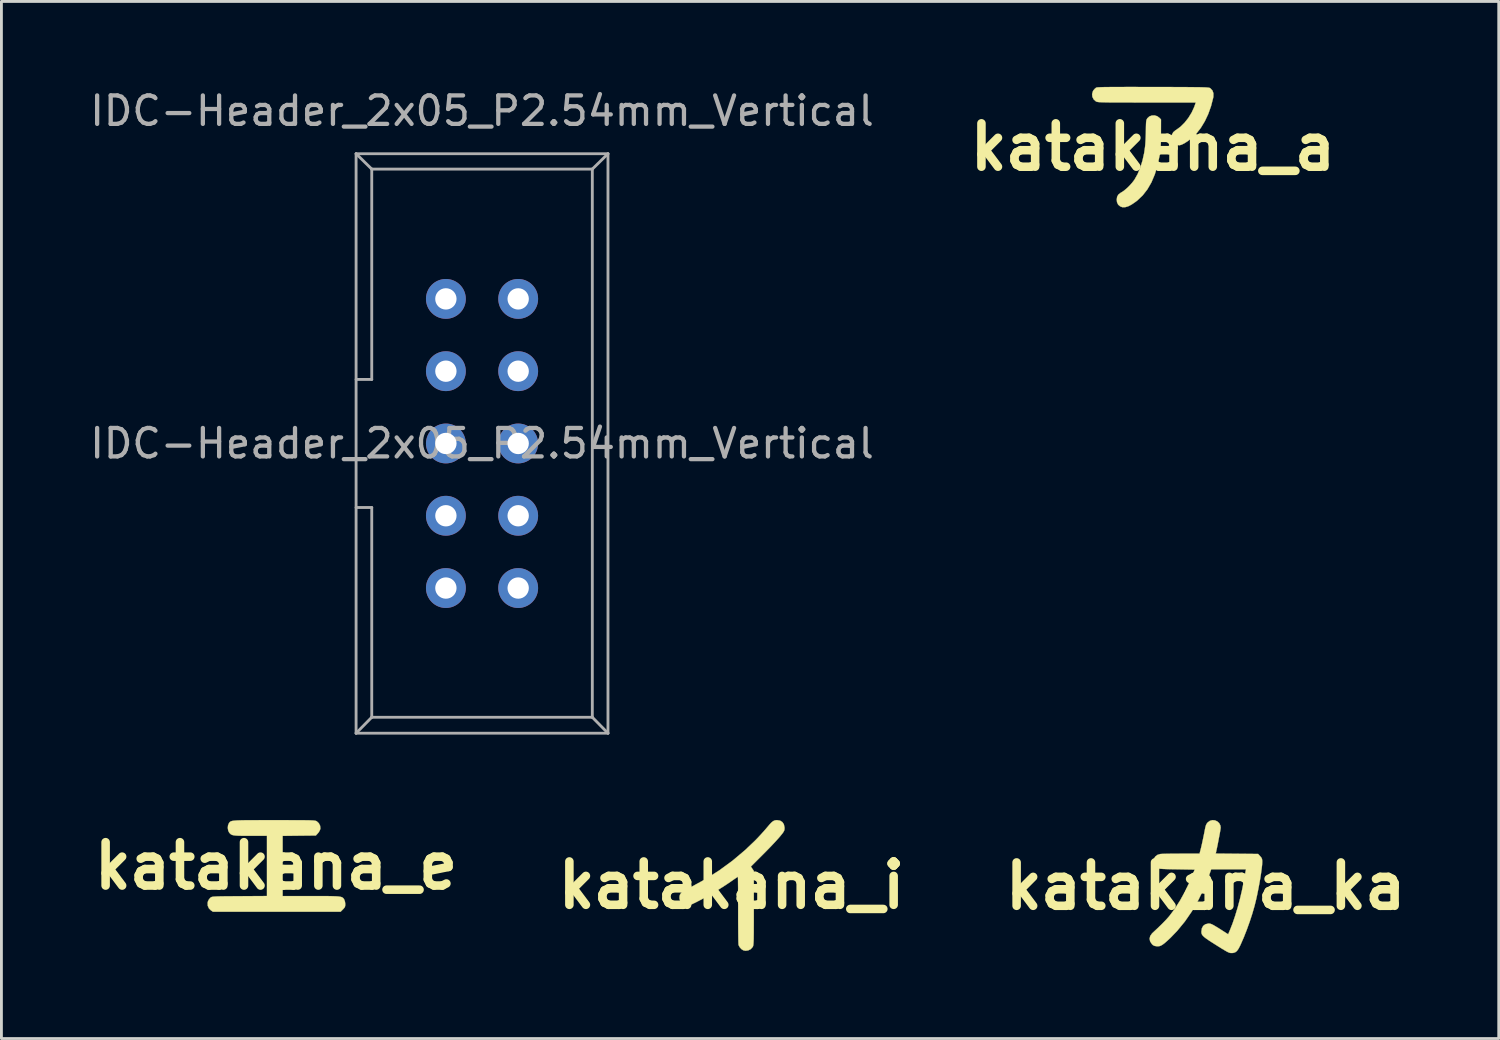
<source format=kicad_pcb>
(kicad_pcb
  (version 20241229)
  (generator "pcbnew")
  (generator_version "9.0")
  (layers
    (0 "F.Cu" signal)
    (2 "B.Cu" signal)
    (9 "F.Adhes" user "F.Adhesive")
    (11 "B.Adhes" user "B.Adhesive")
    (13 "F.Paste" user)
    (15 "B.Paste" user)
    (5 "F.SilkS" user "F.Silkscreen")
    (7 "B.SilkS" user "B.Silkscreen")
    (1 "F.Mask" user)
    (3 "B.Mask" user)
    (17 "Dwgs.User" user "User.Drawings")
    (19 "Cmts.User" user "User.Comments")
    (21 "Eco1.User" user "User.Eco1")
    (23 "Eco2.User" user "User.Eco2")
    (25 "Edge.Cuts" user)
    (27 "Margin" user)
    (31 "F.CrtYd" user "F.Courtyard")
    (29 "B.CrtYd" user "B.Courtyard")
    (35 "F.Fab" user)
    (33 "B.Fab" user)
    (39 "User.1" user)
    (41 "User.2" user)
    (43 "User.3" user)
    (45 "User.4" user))
  (footprint "katakana_e"
    (layer "F.Cu")
    (at 6.648 27.376)
    (property "Reference" "katakana_e" (at 0 0 0) (layer "F.SilkS") (effects (font (size 1.524 1.524) (thickness 0.3))))
    (attr through_hole)
    (fp_poly (pts (xy -0.086 -1.609) (xy -0.07 -1.609) (xy 0.212 -1.609) (xy 0.454 -1.608) (xy 0.66 -1.608) (xy 0.833 -1.607) (xy 0.977 -1.606) (xy 1.093 -1.605) (xy 1.186 -1.603) (xy 1.258 -1.6) (xy 1.313 -1.597) (xy 1.354 -1.592) (xy 1.384 -1.587) (xy 1.405 -1.581) (xy 1.422 -1.574) (xy 1.435 -1.566) (xy 1.505 -1.5) (xy 1.549 -1.413) (xy 1.559 -1.318) (xy 1.556 -1.297) (xy 1.533 -1.237) (xy 1.492 -1.171) (xy 1.471 -1.147) (xy 1.4 -1.069) (xy 0.817 -1.063) (xy 0.233 -1.056) (xy 0.233 1.058) (xy 1.23 1.058) (xy 1.473 1.058) (xy 1.677 1.059) (xy 1.846 1.06) (xy 1.984 1.063) (xy 2.094 1.067) (xy 2.18 1.072) (xy 2.245 1.081) (xy 2.294 1.092) (xy 2.329 1.106) (xy 2.354 1.124) (xy 2.374 1.145) (xy 2.391 1.171) (xy 2.398 1.184) (xy 2.421 1.246) (xy 2.433 1.324) (xy 2.434 1.345) (xy 2.43 1.408) (xy 2.413 1.456) (xy 2.373 1.505) (xy 2.352 1.526) (xy 2.27 1.609) (xy -2.216 1.609) (xy -2.288 1.56) (xy -2.359 1.489) (xy -2.399 1.397) (xy -2.403 1.296) (xy -2.39 1.241) (xy -2.356 1.176) (xy -2.31 1.121) (xy -2.3 1.113) (xy -2.285 1.103) (xy -2.268 1.094) (xy -2.244 1.087) (xy -2.21 1.081) (xy -2.162 1.077) (xy -2.097 1.073) (xy -2.009 1.07) (xy -1.897 1.068) (xy -1.755 1.066) (xy -1.58 1.065) (xy -1.368 1.064) (xy -1.279 1.063) (xy -0.318 1.057) (xy -0.318 -1.058) (xy -0.901 -1.058) (xy -1.085 -1.059) (xy -1.232 -1.06) (xy -1.347 -1.063) (xy -1.434 -1.069) (xy -1.5 -1.079) (xy -1.548 -1.092) (xy -1.585 -1.111) (xy -1.614 -1.136) (xy -1.642 -1.168) (xy -1.649 -1.177) (xy -1.681 -1.246) (xy -1.694 -1.335) (xy -1.686 -1.424) (xy -1.658 -1.494) (xy -1.644 -1.516) (xy -1.63 -1.535) (xy -1.613 -1.551) (xy -1.59 -1.565) (xy -1.558 -1.576) (xy -1.515 -1.585) (xy -1.456 -1.592) (xy -1.379 -1.598) (xy -1.282 -1.602) (xy -1.16 -1.605) (xy -1.011 -1.607) (xy -0.833 -1.608) (xy -0.621 -1.608) (xy -0.373 -1.609) (xy -0.086 -1.609)) (stroke (width 0.01) (type solid)) (fill yes) (layer "F.SilkS")))
  (footprint "katakana_i"
    (layer "F.Cu")
    (at 22.653 28.053)
    (property "Reference" "katakana_i" (at 0 0 0) (layer "F.SilkS") (effects (font (size 1.524 1.524) (thickness 0.3))))
    (attr through_hole)
    (fp_poly (pts (xy 1.705 -2.269) (xy 1.786 -2.219) (xy 1.839 -2.14) (xy 1.862 -2.031) (xy 1.863 -2.006) (xy 1.861 -1.962) (xy 1.852 -1.923) (xy 1.832 -1.882) (xy 1.797 -1.829) (xy 1.74 -1.758) (xy 1.701 -1.71) (xy 1.642 -1.642) (xy 1.559 -1.55) (xy 1.457 -1.441) (xy 1.343 -1.321) (xy 1.222 -1.197) (xy 1.11 -1.084) (xy 0.68 -0.654) (xy 0.732 -0.578) (xy 0.783 -0.502) (xy 0.783 0.802) (xy 0.783 1.069) (xy 0.783 1.298) (xy 0.782 1.491) (xy 0.782 1.651) (xy 0.78 1.782) (xy 0.779 1.887) (xy 0.776 1.969) (xy 0.773 2.032) (xy 0.769 2.079) (xy 0.764 2.114) (xy 0.758 2.138) (xy 0.751 2.157) (xy 0.742 2.173) (xy 0.74 2.176) (xy 0.675 2.247) (xy 0.587 2.291) (xy 0.491 2.304) (xy 0.413 2.287) (xy 0.346 2.244) (xy 0.287 2.178) (xy 0.25 2.107) (xy 0.246 2.093) (xy 0.244 2.059) (xy 0.241 1.988) (xy 0.239 1.882) (xy 0.237 1.747) (xy 0.236 1.586) (xy 0.234 1.403) (xy 0.233 1.202) (xy 0.233 0.988) (xy 0.233 0.865) (xy 0.233 0.648) (xy 0.232 0.444) (xy 0.232 0.257) (xy 0.231 0.091) (xy 0.229 -0.051) (xy 0.228 -0.164) (xy 0.227 -0.244) (xy 0.225 -0.289) (xy 0.224 -0.296) (xy 0.205 -0.285) (xy 0.157 -0.253) (xy 0.088 -0.206) (xy 0.004 -0.148) (xy -0.025 -0.128) (xy -0.163 -0.034) (xy -0.315 0.065) (xy -0.476 0.166) (xy -0.642 0.265) (xy -0.808 0.361) (xy -0.968 0.452) (xy -1.119 0.533) (xy -1.255 0.603) (xy -1.372 0.659) (xy -1.464 0.698) (xy -1.528 0.718) (xy -1.545 0.72) (xy -1.655 0.702) (xy -1.742 0.651) (xy -1.801 0.572) (xy -1.827 0.47) (xy -1.828 0.445) (xy -1.825 0.383) (xy -1.81 0.331) (xy -1.78 0.285) (xy -1.729 0.239) (xy -1.653 0.189) (xy -1.547 0.13) (xy -1.454 0.082) (xy -0.928 -0.205) (xy -0.434 -0.518) (xy 0.032 -0.859) (xy 0.473 -1.23) (xy 0.815 -1.555) (xy 0.918 -1.66) (xy 1.026 -1.776) (xy 1.13 -1.891) (xy 1.218 -1.992) (xy 1.244 -2.023) (xy 1.33 -2.125) (xy 1.398 -2.198) (xy 1.454 -2.245) (xy 1.506 -2.272) (xy 1.559 -2.284) (xy 1.598 -2.286) (xy 1.705 -2.269)) (stroke (width 0.01) (type solid)) (fill yes) (layer "F.SilkS")))
  (footprint "IDC-Header_2x05_P2.54mm_Vertical"
    (layer "F.Cu")
    (at 12.617 12.532)
    (property "Reference" "IDC-Header_2x05_P2.54mm_Vertical" (at 1.27 -11.684 0) (layer "F.Fab") (effects (font (size 1 1) (thickness 0.15))))
    (attr through_hole)
    (fp_line (start -3.155 -10.18) (end -3.155 10.18) (stroke (width 0.1) (type solid)) (layer "F.Fab"))
    (fp_line (start -3.155 -10.18) (end -2.605 -9.64) (stroke (width 0.1) (type solid)) (layer "F.Fab"))
    (fp_line (start -3.155 10.18) (end -2.605 9.62) (stroke (width 0.1) (type solid)) (layer "F.Fab"))
    (fp_line (start -2.605 -9.64) (end -2.605 -2.25) (stroke (width 0.1) (type solid)) (layer "F.Fab"))
    (fp_line (start -2.605 -2.25) (end -3.155 -2.25) (stroke (width 0.1) (type solid)) (layer "F.Fab"))
    (fp_line (start -2.605 2.25) (end -3.155 2.25) (stroke (width 0.1) (type solid)) (layer "F.Fab"))
    (fp_line (start -2.605 2.25) (end -2.605 9.62) (stroke (width 0.1) (type solid)) (layer "F.Fab"))
    (fp_line (start 5.145 -9.64) (end -2.605 -9.64) (stroke (width 0.1) (type solid)) (layer "F.Fab"))
    (fp_line (start 5.145 -9.64) (end 5.145 9.62) (stroke (width 0.1) (type solid)) (layer "F.Fab"))
    (fp_line (start 5.145 9.62) (end -2.605 9.62) (stroke (width 0.1) (type solid)) (layer "F.Fab"))
    (fp_line (start 5.695 -10.18) (end -3.155 -10.18) (stroke (width 0.1) (type solid)) (layer "F.Fab"))
    (fp_line (start 5.695 -10.18) (end 5.145 -9.64) (stroke (width 0.1) (type solid)) (layer "F.Fab"))
    (fp_line (start 5.695 -10.18) (end 5.695 10.18) (stroke (width 0.1) (type solid)) (layer "F.Fab"))
    (fp_line (start 5.695 10.18) (end -3.155 10.18) (stroke (width 0.1) (type solid)) (layer "F.Fab"))
    (fp_line (start 5.695 10.18) (end 5.145 9.62) (stroke (width 0.1) (type solid)) (layer "F.Fab"))
    (fp_text user "${REFERENCE}" (at 1.27 0 0) (layer "F.Fab") (effects (font (size 1 1) (thickness 0.15))))
    (pad "1" thru_hole circle (at 0 -5.08) (size 1.4 1.4) (drill 0.75) (layers "*.Cu" "*.Mask"))
    (pad "2" thru_hole circle (at 2.54 -5.08) (size 1.4 1.4) (drill 0.75) (layers "*.Cu" "*.Mask"))
    (pad "3" thru_hole circle (at 0 -2.54) (size 1.4 1.4) (drill 0.75) (layers "*.Cu" "*.Mask"))
    (pad "4" thru_hole circle (at 2.54 -2.54) (size 1.4 1.4) (drill 0.75) (layers "*.Cu" "*.Mask"))
    (pad "5" thru_hole circle (at 0 0) (size 1.4 1.4) (drill 0.75) (layers "*.Cu" "*.Mask"))
    (pad "6" thru_hole circle (at 2.54 0) (size 1.4 1.4) (drill 0.75) (layers "*.Cu" "*.Mask"))
    (pad "7" thru_hole circle (at 0 2.54) (size 1.4 1.4) (drill 0.75) (layers "*.Cu" "*.Mask"))
    (pad "8" thru_hole circle (at 2.54 2.54) (size 1.4 1.4) (drill 0.75) (layers "*.Cu" "*.Mask"))
    (pad "9" thru_hole circle (at 0 5.08) (size 1.4 1.4) (drill 0.75) (layers "*.Cu" "*.Mask"))
    (pad "10" thru_hole circle (at 2.54 5.08) (size 1.4 1.4) (drill 0.75) (layers "*.Cu" "*.Mask")))
  (footprint "katakana_a"
    (layer "F.Cu")
    (at 37.458 2.118)
    (property "Reference" "katakana_a" (at 0 0 0) (layer "F.SilkS") (effects (font (size 1.524 1.524) (thickness 0.3))))
    (attr through_hole)
    (fp_poly (pts (xy 0.155 -1.084) (xy 0.234 -1.025) (xy 0.286 -0.97) (xy 0.284 -0.469) (xy 0.283 -0.289) (xy 0.28 -0.143) (xy 0.274 -0.022) (xy 0.266 0.084) (xy 0.255 0.182) (xy 0.24 0.282) (xy 0.237 0.296) (xy 0.164 0.645) (xy 0.068 0.959) (xy -0.05 1.238) (xy -0.192 1.484) (xy -0.357 1.696) (xy -0.546 1.876) (xy -0.599 1.917) (xy -0.745 2.017) (xy -0.87 2.082) (xy -0.979 2.113) (xy -1.075 2.111) (xy -1.145 2.085) (xy -1.219 2.024) (xy -1.26 1.936) (xy -1.27 1.845) (xy -1.256 1.745) (xy -1.21 1.666) (xy -1.127 1.602) (xy -1.099 1.587) (xy -1.018 1.534) (xy -0.923 1.455) (xy -0.824 1.359) (xy -0.731 1.256) (xy -0.653 1.154) (xy -0.644 1.14) (xy -0.537 0.951) (xy -0.443 0.728) (xy -0.366 0.478) (xy -0.306 0.209) (xy -0.275 -0.007) (xy -0.266 -0.102) (xy -0.258 -0.226) (xy -0.252 -0.366) (xy -0.247 -0.51) (xy -0.246 -0.58) (xy -0.244 -0.713) (xy -0.241 -0.812) (xy -0.237 -0.882) (xy -0.23 -0.931) (xy -0.22 -0.966) (xy -0.205 -0.994) (xy -0.194 -1.012) (xy -0.124 -1.076) (xy -0.035 -1.11) (xy 0.061 -1.113) (xy 0.155 -1.084)) (stroke (width 0.01) (type solid)) (fill yes) (layer "F.SilkS"))
    (fp_poly (pts (xy -0.497 -2.112) (xy -0.171 -2.112) (xy 0.014 -2.111) (xy 0.346 -2.11) (xy 0.637 -2.11) (xy 0.892 -2.109) (xy 1.112 -2.108) (xy 1.3 -2.107) (xy 1.459 -2.105) (xy 1.591 -2.104) (xy 1.7 -2.102) (xy 1.787 -2.099) (xy 1.855 -2.097) (xy 1.907 -2.093) (xy 1.946 -2.089) (xy 1.974 -2.085) (xy 1.994 -2.079) (xy 2.008 -2.073) (xy 2.019 -2.066) (xy 2.025 -2.061) (xy 2.094 -1.987) (xy 2.127 -1.891) (xy 2.126 -1.771) (xy 2.119 -1.732) (xy 2.044 -1.438) (xy 1.945 -1.161) (xy 1.824 -0.905) (xy 1.684 -0.674) (xy 1.528 -0.473) (xy 1.358 -0.309) (xy 1.338 -0.293) (xy 1.217 -0.203) (xy 1.107 -0.133) (xy 1.013 -0.086) (xy 0.941 -0.065) (xy 0.927 -0.064) (xy 0.873 -0.073) (xy 0.813 -0.094) (xy 0.726 -0.152) (xy 0.673 -0.235) (xy 0.656 -0.332) (xy 0.67 -0.439) (xy 0.717 -0.524) (xy 0.799 -0.593) (xy 0.814 -0.601) (xy 0.967 -0.712) (xy 1.113 -0.856) (xy 1.248 -1.027) (xy 1.364 -1.216) (xy 1.455 -1.415) (xy 1.491 -1.519) (xy 1.506 -1.566) (xy -0.216 -1.566) (xy -0.526 -1.566) (xy -0.797 -1.567) (xy -1.031 -1.567) (xy -1.231 -1.567) (xy -1.4 -1.568) (xy -1.541 -1.569) (xy -1.656 -1.571) (xy -1.749 -1.573) (xy -1.822 -1.576) (xy -1.878 -1.579) (xy -1.92 -1.583) (xy -1.951 -1.588) (xy -1.973 -1.593) (xy -1.989 -1.599) (xy -2.003 -1.607) (xy -2.005 -1.608) (xy -2.081 -1.677) (xy -2.126 -1.766) (xy -2.135 -1.863) (xy -2.108 -1.96) (xy -2.09 -1.992) (xy -2.045 -2.045) (xy -1.997 -2.085) (xy -1.989 -2.09) (xy -1.971 -2.094) (xy -1.937 -2.099) (xy -1.883 -2.102) (xy -1.808 -2.105) (xy -1.709 -2.108) (xy -1.584 -2.109) (xy -1.432 -2.111) (xy -1.249 -2.112) (xy -1.033 -2.112) (xy -0.784 -2.113) (xy -0.497 -2.112)) (stroke (width 0.01) (type solid)) (fill yes) (layer "F.SilkS")))
  (footprint "katakana_ka"
    (layer "F.Cu")
    (at 39.311 28.087)
    (property "Reference" "katakana_ka" (at 0 0 0) (layer "F.SilkS") (effects (font (size 1.524 1.524) (thickness 0.3))))
    (attr through_hole)
    (fp_poly (pts (xy 0.329 -2.312) (xy 0.411 -2.275) (xy 0.477 -2.214) (xy 0.519 -2.132) (xy 0.529 -2.059) (xy 0.525 -2.021) (xy 0.514 -1.948) (xy 0.497 -1.85) (xy 0.475 -1.734) (xy 0.451 -1.607) (xy 0.426 -1.477) (xy 0.4 -1.351) (xy 0.376 -1.239) (xy 0.366 -1.192) (xy 0.355 -1.146) (xy 1.1 -1.139) (xy 1.845 -1.132) (xy 1.917 -1.053) (xy 1.96 -1.002) (xy 1.981 -0.957) (xy 1.989 -0.898) (xy 1.99 -0.852) (xy 1.985 -0.751) (xy 1.97 -0.616) (xy 1.948 -0.454) (xy 1.92 -0.272) (xy 1.886 -0.078) (xy 1.848 0.121) (xy 1.808 0.319) (xy 1.766 0.507) (xy 1.723 0.679) (xy 1.715 0.709) (xy 1.639 0.971) (xy 1.548 1.25) (xy 1.447 1.531) (xy 1.341 1.8) (xy 1.234 2.045) (xy 1.21 2.096) (xy 1.152 2.206) (xy 1.098 2.28) (xy 1.039 2.324) (xy 0.968 2.346) (xy 0.907 2.349) (xy 0.874 2.347) (xy 0.838 2.339) (xy 0.794 2.322) (xy 0.736 2.293) (xy 0.661 2.249) (xy 0.561 2.189) (xy 0.433 2.109) (xy 0.392 2.083) (xy 0.237 1.985) (xy 0.115 1.906) (xy 0.022 1.842) (xy -0.047 1.789) (xy -0.094 1.744) (xy -0.124 1.705) (xy -0.141 1.666) (xy -0.147 1.626) (xy -0.148 1.597) (xy -0.132 1.483) (xy -0.085 1.396) (xy -0.009 1.339) (xy 0.092 1.314) (xy 0.121 1.313) (xy 0.159 1.318) (xy 0.207 1.334) (xy 0.269 1.364) (xy 0.351 1.412) (xy 0.461 1.479) (xy 0.497 1.502) (xy 0.792 1.69) (xy 0.851 1.553) (xy 0.946 1.312) (xy 1.039 1.039) (xy 1.128 0.744) (xy 1.21 0.436) (xy 1.282 0.127) (xy 1.342 -0.175) (xy 1.343 -0.18) (xy 1.363 -0.294) (xy 1.381 -0.397) (xy 1.396 -0.48) (xy 1.406 -0.533) (xy 1.409 -0.545) (xy 1.419 -0.593) (xy 0.196 -0.593) (xy 0.128 -0.397) (xy -0.047 0.054) (xy -0.25 0.479) (xy -0.477 0.876) (xy -0.729 1.242) (xy -1.003 1.575) (xy -1.236 1.816) (xy -1.35 1.922) (xy -1.44 2.001) (xy -1.514 2.056) (xy -1.575 2.091) (xy -1.631 2.109) (xy -1.687 2.113) (xy -1.722 2.111) (xy -1.797 2.098) (xy -1.851 2.07) (xy -1.887 2.035) (xy -1.949 1.941) (xy -1.968 1.846) (xy -1.946 1.751) (xy -1.882 1.66) (xy -1.857 1.636) (xy -1.691 1.481) (xy -1.538 1.333) (xy -1.406 1.198) (xy -1.3 1.08) (xy -1.264 1.037) (xy -1.079 0.789) (xy -0.899 0.506) (xy -0.729 0.199) (xy -0.573 -0.125) (xy -0.478 -0.349) (xy -0.385 -0.582) (xy -1.024 -0.593) (xy -1.219 -0.596) (xy -1.375 -0.6) (xy -1.499 -0.605) (xy -1.593 -0.612) (xy -1.664 -0.623) (xy -1.715 -0.638) (xy -1.751 -0.657) (xy -1.776 -0.683) (xy -1.795 -0.716) (xy -1.813 -0.756) (xy -1.836 -0.858) (xy -1.82 -0.955) (xy -1.772 -1.037) (xy -1.695 -1.098) (xy -1.597 -1.129) (xy -1.55 -1.133) (xy -1.468 -1.136) (xy -1.356 -1.139) (xy -1.22 -1.141) (xy -1.067 -1.142) (xy -0.903 -1.143) (xy -0.855 -1.143) (xy -0.213 -1.143) (xy -0.189 -1.233) (xy -0.161 -1.343) (xy -0.129 -1.481) (xy -0.096 -1.634) (xy -0.064 -1.788) (xy -0.036 -1.929) (xy -0.031 -1.956) (xy -0.011 -2.059) (xy 0.008 -2.13) (xy 0.03 -2.181) (xy 0.059 -2.223) (xy 0.072 -2.238) (xy 0.151 -2.296) (xy 0.239 -2.32) (xy 0.329 -2.312)) (stroke (width 0.01) (type solid)) (fill yes) (layer "F.SilkS")))
  (gr_rect
    (start -3 -3)
    (end 49.611 33.441)
    (stroke (width 0.1) (type default))
    (fill no)
    (layer "Edge.Cuts")))
</source>
